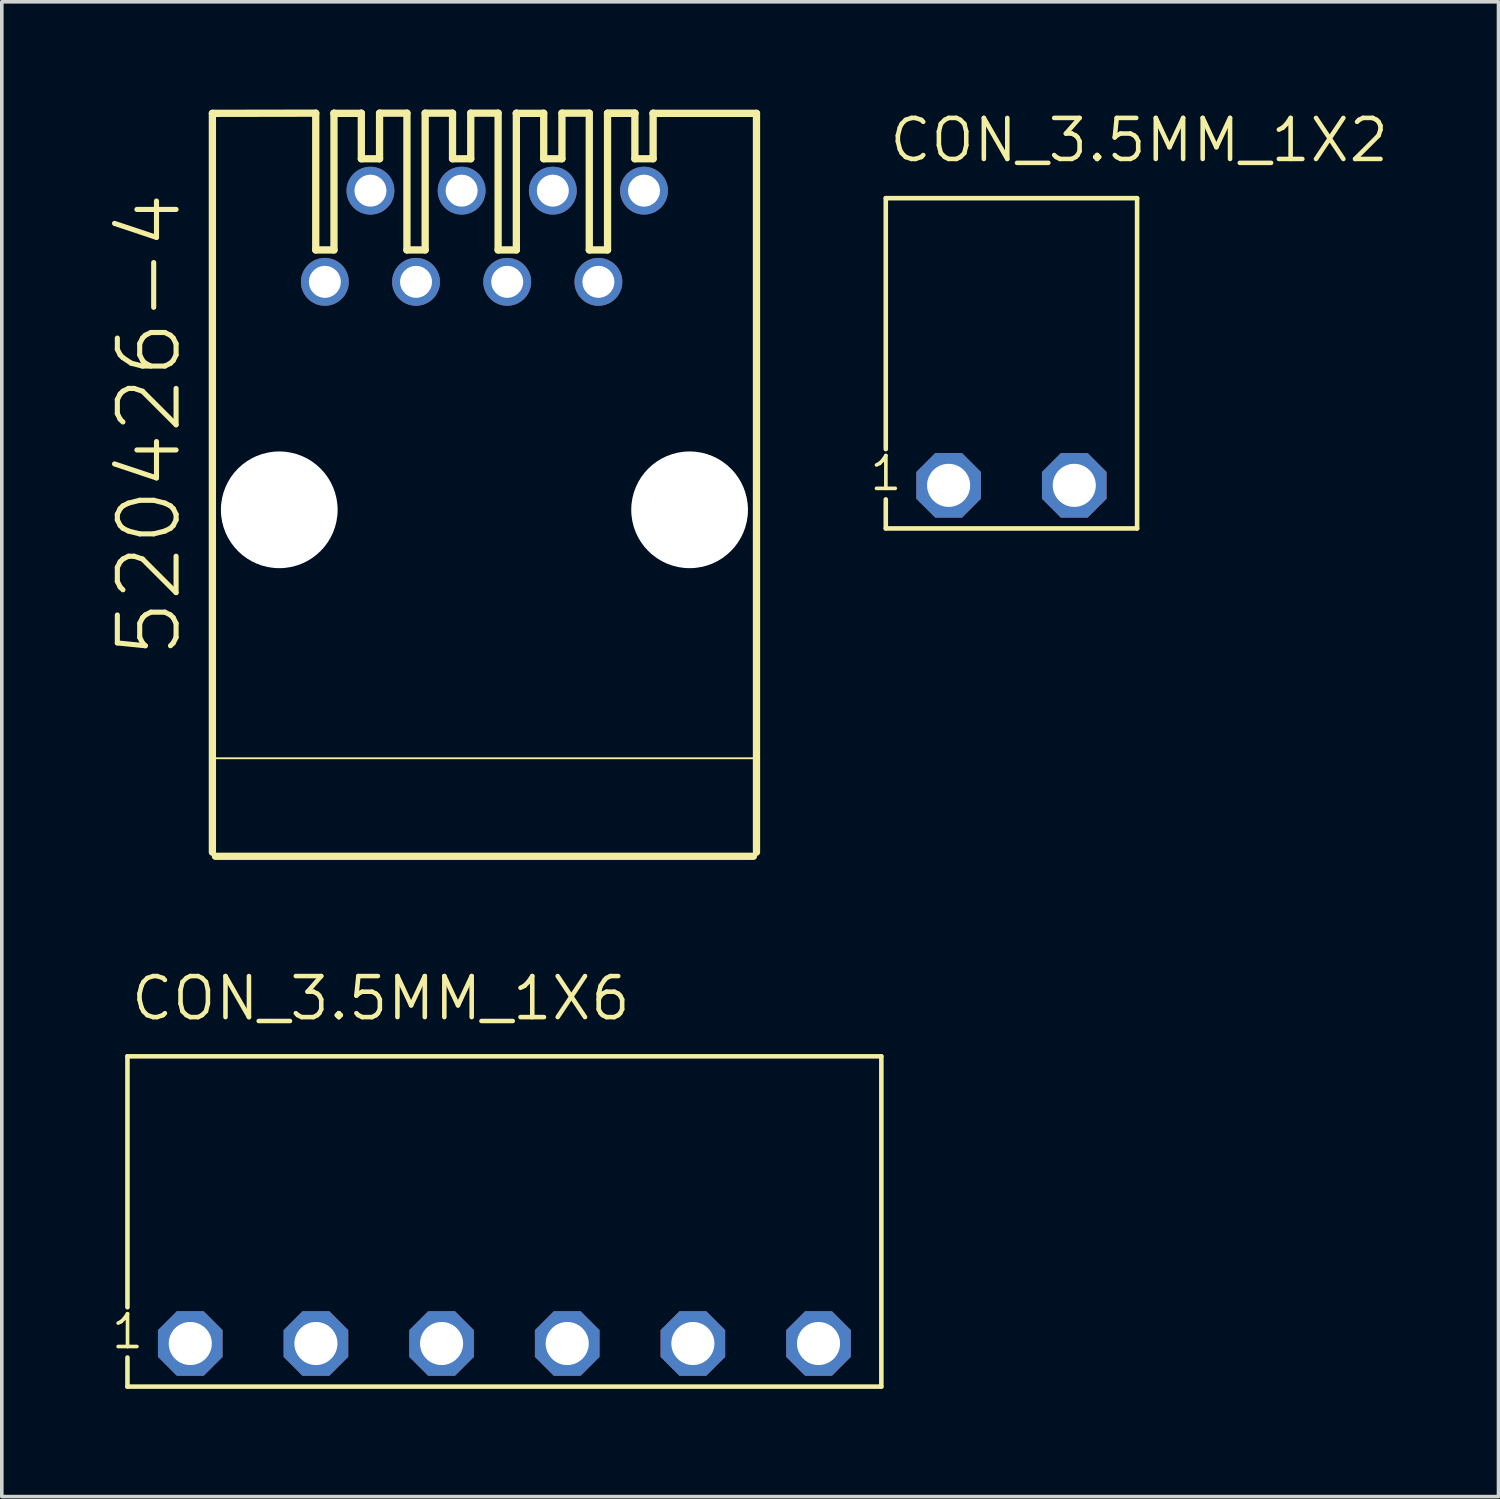
<source format=kicad_pcb>
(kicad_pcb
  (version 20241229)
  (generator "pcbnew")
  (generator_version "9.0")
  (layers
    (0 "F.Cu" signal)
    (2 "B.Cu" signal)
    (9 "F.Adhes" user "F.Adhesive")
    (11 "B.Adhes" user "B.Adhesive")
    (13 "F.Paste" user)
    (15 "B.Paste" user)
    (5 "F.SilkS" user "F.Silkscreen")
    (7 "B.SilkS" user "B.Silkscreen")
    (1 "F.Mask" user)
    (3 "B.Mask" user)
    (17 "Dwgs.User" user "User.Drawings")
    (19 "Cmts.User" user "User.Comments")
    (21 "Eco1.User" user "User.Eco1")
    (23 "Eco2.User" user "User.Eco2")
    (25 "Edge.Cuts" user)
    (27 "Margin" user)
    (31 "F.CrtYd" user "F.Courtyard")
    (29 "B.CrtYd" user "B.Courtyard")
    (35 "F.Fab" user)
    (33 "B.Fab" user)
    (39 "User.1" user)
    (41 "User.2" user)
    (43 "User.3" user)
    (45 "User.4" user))
  (footprint "520426-4"
    (layer "F.Cu")
    (at 10.444 11.151)
    (property "Reference" "520426-4" (at -8.382 4.191 90) (layer "F.SilkS") (effects (font (size 1.636 1.636) (thickness 0.142)) (justify left bottom)))
    (fp_line (start -7.578 -11.044) (end -4.699 -11.049) (stroke (width 0.203) (type solid)) (layer "F.SilkS"))
    (fp_line (start -7.578 9.538) (end -7.578 -11.044) (stroke (width 0.203) (type solid)) (layer "F.SilkS"))
    (fp_line (start -4.699 -11.049) (end -4.699 -7.239) (stroke (width 0.203) (type solid)) (layer "F.SilkS"))
    (fp_line (start -4.699 -7.239) (end -4.191 -7.239) (stroke (width 0.203) (type solid)) (layer "F.SilkS"))
    (fp_line (start -4.191 -11.049) (end -4.191 -11.044) (stroke (width 0.203) (type solid)) (layer "F.SilkS"))
    (fp_line (start -4.191 -11.044) (end -4.191 -7.239) (stroke (width 0.203) (type solid)) (layer "F.SilkS"))
    (fp_line (start -4.191 -11.044) (end -3.429 -11.044) (stroke (width 0.203) (type solid)) (layer "F.SilkS"))
    (fp_line (start -3.429 -11.049) (end -3.429 -11.044) (stroke (width 0.203) (type solid)) (layer "F.SilkS"))
    (fp_line (start -3.429 -11.044) (end -3.429 -9.779) (stroke (width 0.203) (type solid)) (layer "F.SilkS"))
    (fp_line (start -3.429 -9.779) (end -2.921 -9.779) (stroke (width 0.203) (type solid)) (layer "F.SilkS"))
    (fp_line (start -2.921 -11.049) (end -2.921 -9.779) (stroke (width 0.203) (type solid)) (layer "F.SilkS"))
    (fp_line (start -2.921 -11.049) (end -2.159 -11.049) (stroke (width 0.203) (type solid)) (layer "F.SilkS"))
    (fp_line (start -2.159 -11.049) (end -2.159 -7.239) (stroke (width 0.203) (type solid)) (layer "F.SilkS"))
    (fp_line (start -2.159 -7.239) (end -1.651 -7.239) (stroke (width 0.203) (type solid)) (layer "F.SilkS"))
    (fp_line (start -1.651 -11.049) (end -1.651 -7.239) (stroke (width 0.203) (type solid)) (layer "F.SilkS"))
    (fp_line (start -1.651 -11.049) (end -0.889 -11.049) (stroke (width 0.203) (type solid)) (layer "F.SilkS"))
    (fp_line (start -0.889 -11.049) (end -0.889 -9.779) (stroke (width 0.203) (type solid)) (layer "F.SilkS"))
    (fp_line (start -0.889 -9.779) (end -0.381 -9.779) (stroke (width 0.203) (type solid)) (layer "F.SilkS"))
    (fp_line (start -0.381 -11.049) (end -0.381 -9.779) (stroke (width 0.203) (type solid)) (layer "F.SilkS"))
    (fp_line (start -0.381 -11.049) (end 0.381 -11.049) (stroke (width 0.203) (type solid)) (layer "F.SilkS"))
    (fp_line (start 0.381 -11.049) (end 0.381 -7.239) (stroke (width 0.203) (type solid)) (layer "F.SilkS"))
    (fp_line (start 0.381 -7.239) (end 0.889 -7.239) (stroke (width 0.203) (type solid)) (layer "F.SilkS"))
    (fp_line (start 0.889 -11.049) (end 0.889 -11.044) (stroke (width 0.203) (type solid)) (layer "F.SilkS"))
    (fp_line (start 0.889 -11.044) (end 0.889 -7.239) (stroke (width 0.203) (type solid)) (layer "F.SilkS"))
    (fp_line (start 0.889 -11.044) (end 1.651 -11.044) (stroke (width 0.203) (type solid)) (layer "F.SilkS"))
    (fp_line (start 1.651 -11.049) (end 1.651 -9.779) (stroke (width 0.203) (type solid)) (layer "F.SilkS"))
    (fp_line (start 1.651 -9.779) (end 2.159 -9.779) (stroke (width 0.203) (type solid)) (layer "F.SilkS"))
    (fp_line (start 2.159 -11.049) (end 2.159 -9.779) (stroke (width 0.203) (type solid)) (layer "F.SilkS"))
    (fp_line (start 2.159 -11.049) (end 2.921 -11.049) (stroke (width 0.203) (type solid)) (layer "F.SilkS"))
    (fp_line (start 2.921 -11.049) (end 2.921 -7.239) (stroke (width 0.203) (type solid)) (layer "F.SilkS"))
    (fp_line (start 2.921 -7.239) (end 3.429 -7.239) (stroke (width 0.203) (type solid)) (layer "F.SilkS"))
    (fp_line (start 3.429 -11.049) (end 4.191 -11.049) (stroke (width 0.203) (type solid)) (layer "F.SilkS"))
    (fp_line (start 3.429 -11.044) (end 3.429 -7.239) (stroke (width 0.203) (type solid)) (layer "F.SilkS"))
    (fp_line (start 3.429 -11.044) (end 4.191 -11.044) (stroke (width 0.203) (type solid)) (layer "F.SilkS"))
    (fp_line (start 4.191 -11.049) (end 4.191 -9.779) (stroke (width 0.203) (type solid)) (layer "F.SilkS"))
    (fp_line (start 4.191 -9.779) (end 4.699 -9.779) (stroke (width 0.203) (type solid)) (layer "F.SilkS"))
    (fp_line (start 4.699 -11.049) (end 4.699 -11.044) (stroke (width 0.203) (type solid)) (layer "F.SilkS"))
    (fp_line (start 4.699 -11.044) (end 4.699 -9.779) (stroke (width 0.203) (type solid)) (layer "F.SilkS"))
    (fp_line (start 4.699 -11.044) (end 7.578 -11.044) (stroke (width 0.203) (type solid)) (layer "F.SilkS"))
    (fp_line (start 7.493 9.652) (end -7.493 9.652) (stroke (width 0.203) (type solid)) (layer "F.SilkS"))
    (fp_line (start 7.556 6.921) (end -7.556 6.921) (stroke (width 0.051) (type solid)) (layer "F.SilkS"))
    (fp_line (start 7.578 -11.044) (end 7.578 9.538) (stroke (width 0.203) (type solid)) (layer "F.SilkS"))
    (pad "" np_thru_hole circle (at -5.715 0) (size 3.251 3.251) (drill 3.251) (layers "*.Cu" "*.Mask"))
    (pad "" np_thru_hole circle (at 5.715 0) (size 3.251 3.251) (drill 3.251) (layers "*.Cu" "*.Mask"))
    (pad "1" thru_hole circle (at -4.445 -6.35) (size 1.333 1.333) (drill 0.889) (layers "*.Cu" "*.Mask"))
    (pad "2" thru_hole circle (at -3.175 -8.89) (size 1.333 1.333) (drill 0.889) (layers "*.Cu" "*.Mask"))
    (pad "3" thru_hole circle (at -1.905 -6.35) (size 1.333 1.333) (drill 0.889) (layers "*.Cu" "*.Mask"))
    (pad "4" thru_hole circle (at -0.635 -8.89) (size 1.333 1.333) (drill 0.889) (layers "*.Cu" "*.Mask"))
    (pad "5" thru_hole circle (at 0.635 -6.35) (size 1.333 1.333) (drill 0.889) (layers "*.Cu" "*.Mask"))
    (pad "6" thru_hole circle (at 1.905 -8.89) (size 1.333 1.333) (drill 0.889) (layers "*.Cu" "*.Mask"))
    (pad "7" thru_hole circle (at 3.175 -6.35) (size 1.333 1.333) (drill 0.889) (layers "*.Cu" "*.Mask"))
    (pad "8" thru_hole circle (at 4.445 -8.89) (size 1.333 1.333) (drill 0.889) (layers "*.Cu" "*.Mask")))
  (footprint "CON_3.5MM_1X6"
    (layer "F.Cu")
    (at 10.69 31.834)
    (property "Reference" "CON_3.5MM_1X6" (at -10.155 -6.406 0) (layer "F.SilkS") (effects (font (size 1.143 1.143) (thickness 0.127)) (justify left bottom)))
    (fp_line (start -10.19 -5.46) (end 10.81 -5.46) (stroke (width 0.127) (type solid)) (layer "F.SilkS"))
    (fp_line (start -10.19 1.53) (end -10.19 -5.46) (stroke (width 0.127) (type solid)) (layer "F.SilkS"))
    (fp_line (start -10.19 3.74) (end -10.19 2.93) (stroke (width 0.127) (type solid)) (layer "F.SilkS"))
    (fp_line (start -10.19 3.74) (end 10.81 3.74) (stroke (width 0.127) (type solid)) (layer "F.SilkS"))
    (fp_line (start 10.81 3.74) (end 10.81 -5.46) (stroke (width 0.127) (type solid)) (layer "F.SilkS"))
    (fp_text user "1" (at -10.69 2.741 0) (layer "F.SilkS") (effects (font (size 0.914 0.914) (thickness 0.102)) (justify left bottom)))
    (pad "P1" thru_hole roundrect (at -8.44 2.54 90) (size 1.8 1.8) (drill 1.2) (layers "*.Cu" "*.Mask") (roundrect_rratio 0.25) (chamfer_ratio 0.293) (chamfer top_left top_right bottom_left bottom_right))
    (pad "P2" thru_hole roundrect (at -4.94 2.54 90) (size 1.8 1.8) (drill 1.2) (layers "*.Cu" "*.Mask") (roundrect_rratio 0.25) (chamfer_ratio 0.293) (chamfer top_left top_right bottom_left bottom_right))
    (pad "P3" thru_hole roundrect (at -1.44 2.54 90) (size 1.8 1.8) (drill 1.2) (layers "*.Cu" "*.Mask") (roundrect_rratio 0.25) (chamfer_ratio 0.293) (chamfer top_left top_right bottom_left bottom_right))
    (pad "P4" thru_hole roundrect (at 2.06 2.54 90) (size 1.8 1.8) (drill 1.2) (layers "*.Cu" "*.Mask") (roundrect_rratio 0.25) (chamfer_ratio 0.293) (chamfer top_left top_right bottom_left bottom_right))
    (pad "P5" thru_hole roundrect (at 5.56 2.54 90) (size 1.8 1.8) (drill 1.2) (layers "*.Cu" "*.Mask") (roundrect_rratio 0.25) (chamfer_ratio 0.293) (chamfer top_left top_right bottom_left bottom_right))
    (pad "P6" thru_hole roundrect (at 9.06 2.54 90) (size 1.8 1.8) (drill 1.2) (layers "*.Cu" "*.Mask") (roundrect_rratio 0.25) (chamfer_ratio 0.293) (chamfer top_left top_right bottom_left bottom_right)))
  (footprint "CON_3.5MM_1X2"
    (layer "F.Cu")
    (at 25.124 10.47)
    (property "Reference" "CON_3.5MM_1X2" (at -3.465 -8.946 0) (layer "F.SilkS") (effects (font (size 1.143 1.143) (thickness 0.127)) (justify left bottom)))
    (fp_line (start -3.5 -8) (end 3.5 -8) (stroke (width 0.127) (type solid)) (layer "F.SilkS"))
    (fp_line (start -3.5 -1.01) (end -3.5 -8) (stroke (width 0.127) (type solid)) (layer "F.SilkS"))
    (fp_line (start -3.5 1.2) (end -3.5 0.39) (stroke (width 0.127) (type solid)) (layer "F.SilkS"))
    (fp_line (start -3.5 1.2) (end 3.5 1.2) (stroke (width 0.127) (type solid)) (layer "F.SilkS"))
    (fp_line (start 3.5 1.2) (end 3.5 -8) (stroke (width 0.127) (type solid)) (layer "F.SilkS"))
    (fp_text user "1" (at -4 0.201 0) (layer "F.SilkS") (effects (font (size 0.914 0.914) (thickness 0.102)) (justify left bottom)))
    (pad "P1" thru_hole roundrect (at -1.75 0 90) (size 1.8 1.8) (drill 1.2) (layers "*.Cu" "*.Mask") (roundrect_rratio 0.25) (chamfer_ratio 0.293) (chamfer top_left top_right bottom_left bottom_right))
    (pad "P2" thru_hole roundrect (at 1.75 0 90) (size 1.8 1.8) (drill 1.2) (layers "*.Cu" "*.Mask") (roundrect_rratio 0.25) (chamfer_ratio 0.293) (chamfer top_left top_right bottom_left bottom_right)))
  (gr_rect
    (start -3 -3)
    (end 38.691 38.638)
    (stroke (width 0.1) (type default))
    (fill no)
    (layer "Edge.Cuts")))
</source>
